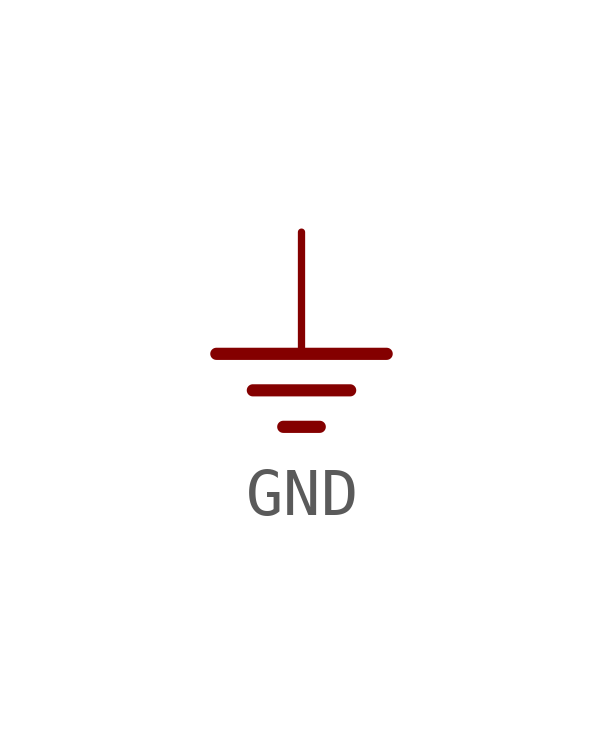
<source format=kicad_sym>
(kicad_symbol_lib
  (version 20241209)
  (generator "kicad_symbol_editor")
  (generator_version "9.0")
  (symbol "GND"
    (power)
    (property "Reference" "#GND"
      (at 0 0 0)
      (effects (font (size 1.27 1.27)) (hide yes)))
    (property "ki_locked" ""
      (at 0 0 0)
      (effects (font (size 1.27 1.27))))
    (symbol "GND_1_0"
      (polyline (pts (xy -1.778 0) (xy 1.778 0)) (stroke (width 0.254) (type solid)) (fill (type none)))
      (polyline (pts (xy -1.016 -0.762) (xy 1.016 -0.762)) (stroke (width 0.254) (type solid)) (fill (type none)))
      (polyline (pts (xy -0.381 -1.524) (xy 0.381 -1.524)) (stroke (width 0.254) (type solid)) (fill (type none)))
      (pin power_in line (at 0 2.54 270) (length 2.54) (name "GND" (effects (font (size 0 0)))) (number "1" (effects (font (size 0 0))))))))
</source>
